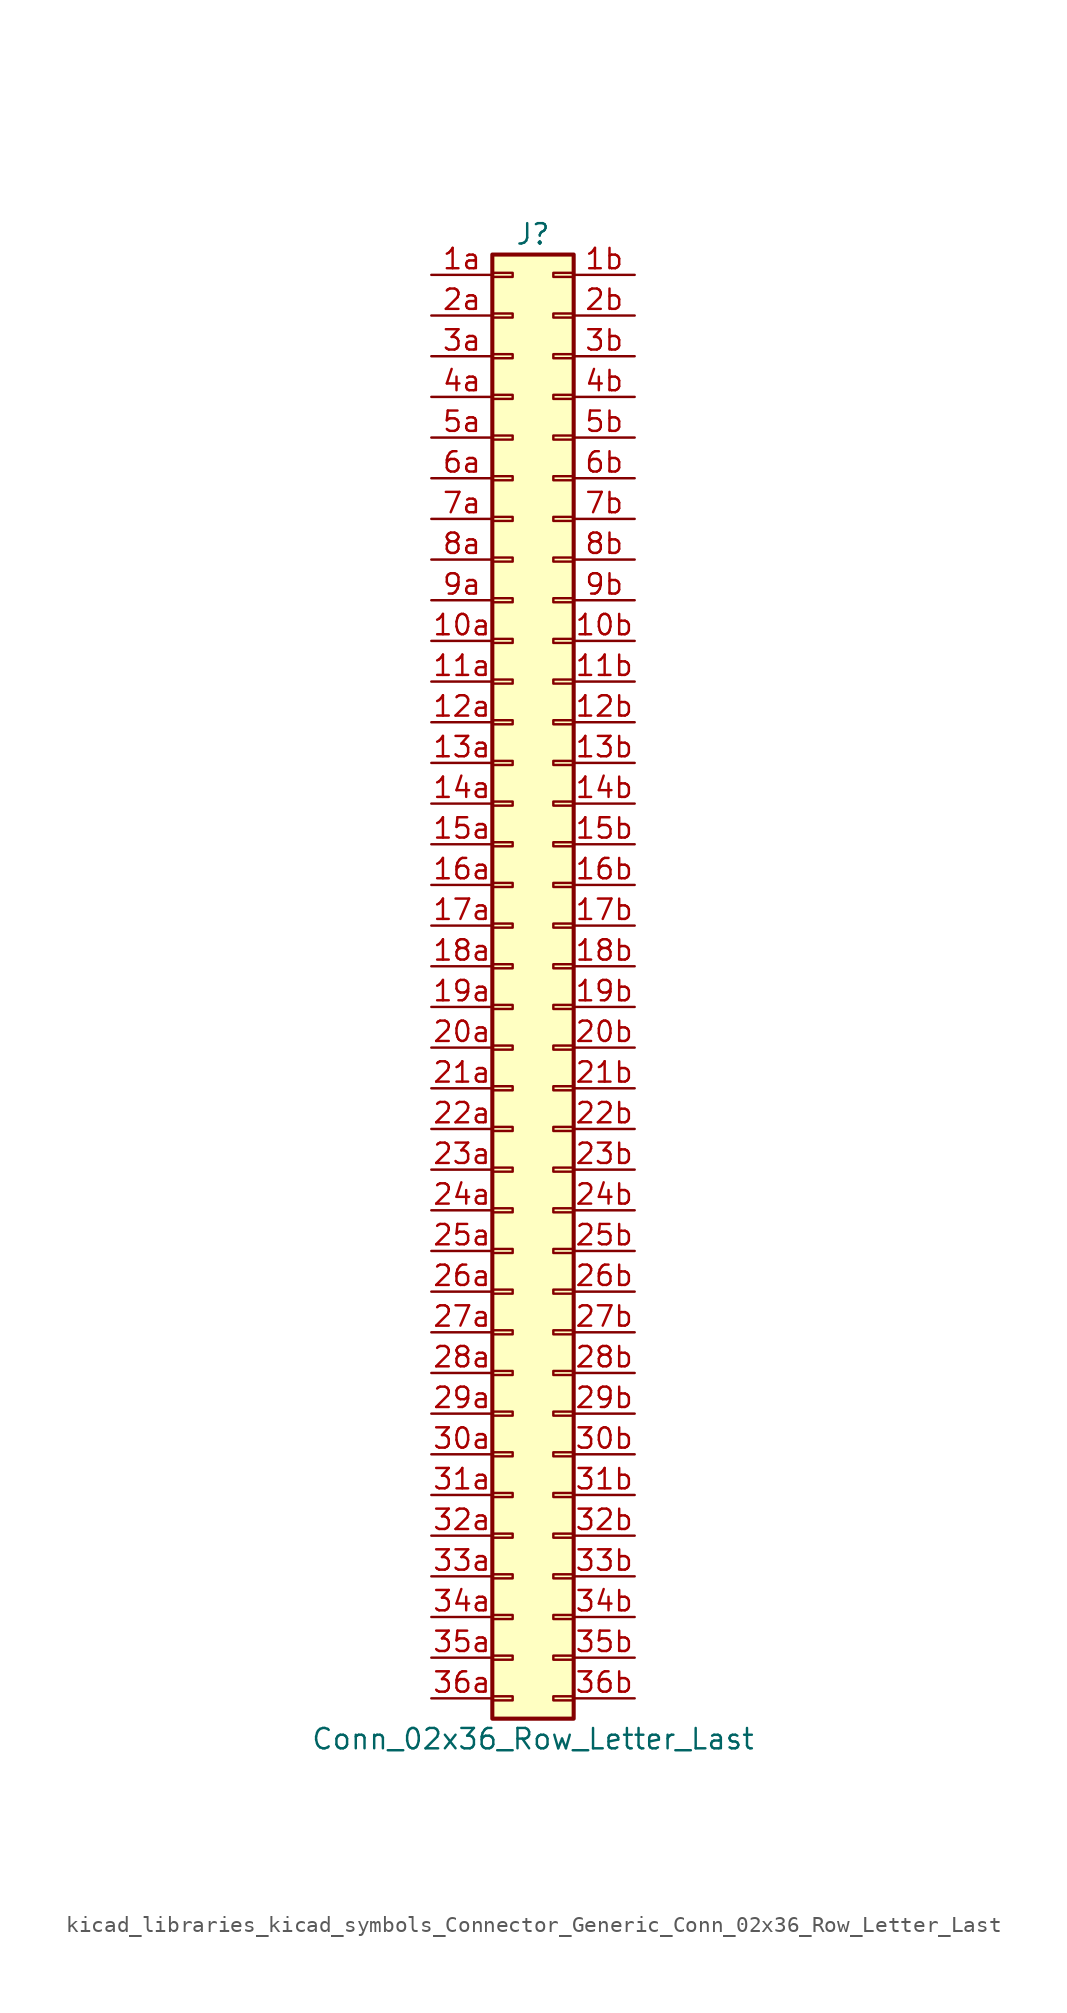
<source format=kicad_sym>
(kicad_symbol_lib
  (version 20220914)
  (generator kicad_symbol_editor)
  (symbol "kicad_libraries_kicad_symbols_Connector_Generic_Conn_02x36_Row_Letter_Last"
    (pin_names
      (offset 1.016) hide)
    (property "Reference" "J"
      (at 1.27 45.72 0)
      (effects (font (size 1.27 1.27))))
    (property "Value" "Conn_02x36_Row_Letter_Last"
      (at 1.27 -48.26 0)
      (effects (font (size 1.27 1.27))))
    (symbol "kicad_libraries_kicad_symbols_Connector_Generic_Conn_02x36_Row_Letter_Last_1_1"
      (rectangle (start -1.27 -45.593) (end 0 -45.847) (stroke (width 0.152) (type default)) (fill (type none)))
      (rectangle (start -1.27 -43.053) (end 0 -43.307) (stroke (width 0.152) (type default)) (fill (type none)))
      (rectangle (start -1.27 -40.513) (end 0 -40.767) (stroke (width 0.152) (type default)) (fill (type none)))
      (rectangle (start -1.27 -37.973) (end 0 -38.227) (stroke (width 0.152) (type default)) (fill (type none)))
      (rectangle (start -1.27 -35.433) (end 0 -35.687) (stroke (width 0.152) (type default)) (fill (type none)))
      (rectangle (start -1.27 -32.893) (end 0 -33.147) (stroke (width 0.152) (type default)) (fill (type none)))
      (rectangle (start -1.27 -30.353) (end 0 -30.607) (stroke (width 0.152) (type default)) (fill (type none)))
      (rectangle (start -1.27 -27.813) (end 0 -28.067) (stroke (width 0.152) (type default)) (fill (type none)))
      (rectangle (start -1.27 -25.273) (end 0 -25.527) (stroke (width 0.152) (type default)) (fill (type none)))
      (rectangle (start -1.27 -22.733) (end 0 -22.987) (stroke (width 0.152) (type default)) (fill (type none)))
      (rectangle (start -1.27 -20.193) (end 0 -20.447) (stroke (width 0.152) (type default)) (fill (type none)))
      (rectangle (start -1.27 -17.653) (end 0 -17.907) (stroke (width 0.152) (type default)) (fill (type none)))
      (rectangle (start -1.27 -15.113) (end 0 -15.367) (stroke (width 0.152) (type default)) (fill (type none)))
      (rectangle (start -1.27 -12.573) (end 0 -12.827) (stroke (width 0.152) (type default)) (fill (type none)))
      (rectangle (start -1.27 -10.033) (end 0 -10.287) (stroke (width 0.152) (type default)) (fill (type none)))
      (rectangle (start -1.27 -7.493) (end 0 -7.747) (stroke (width 0.152) (type default)) (fill (type none)))
      (rectangle (start -1.27 -4.953) (end 0 -5.207) (stroke (width 0.152) (type default)) (fill (type none)))
      (rectangle (start -1.27 -2.413) (end 0 -2.667) (stroke (width 0.152) (type default)) (fill (type none)))
      (rectangle (start -1.27 0.127) (end 0 -0.127) (stroke (width 0.152) (type default)) (fill (type none)))
      (rectangle (start -1.27 2.667) (end 0 2.413) (stroke (width 0.152) (type default)) (fill (type none)))
      (rectangle (start -1.27 5.207) (end 0 4.953) (stroke (width 0.152) (type default)) (fill (type none)))
      (rectangle (start -1.27 7.747) (end 0 7.493) (stroke (width 0.152) (type default)) (fill (type none)))
      (rectangle (start -1.27 10.287) (end 0 10.033) (stroke (width 0.152) (type default)) (fill (type none)))
      (rectangle (start -1.27 12.827) (end 0 12.573) (stroke (width 0.152) (type default)) (fill (type none)))
      (rectangle (start -1.27 15.367) (end 0 15.113) (stroke (width 0.152) (type default)) (fill (type none)))
      (rectangle (start -1.27 17.907) (end 0 17.653) (stroke (width 0.152) (type default)) (fill (type none)))
      (rectangle (start -1.27 20.447) (end 0 20.193) (stroke (width 0.152) (type default)) (fill (type none)))
      (rectangle (start -1.27 22.987) (end 0 22.733) (stroke (width 0.152) (type default)) (fill (type none)))
      (rectangle (start -1.27 25.527) (end 0 25.273) (stroke (width 0.152) (type default)) (fill (type none)))
      (rectangle (start -1.27 28.067) (end 0 27.813) (stroke (width 0.152) (type default)) (fill (type none)))
      (rectangle (start -1.27 30.607) (end 0 30.353) (stroke (width 0.152) (type default)) (fill (type none)))
      (rectangle (start -1.27 33.147) (end 0 32.893) (stroke (width 0.152) (type default)) (fill (type none)))
      (rectangle (start -1.27 35.687) (end 0 35.433) (stroke (width 0.152) (type default)) (fill (type none)))
      (rectangle (start -1.27 38.227) (end 0 37.973) (stroke (width 0.152) (type default)) (fill (type none)))
      (rectangle (start -1.27 40.767) (end 0 40.513) (stroke (width 0.152) (type default)) (fill (type none)))
      (rectangle (start -1.27 43.307) (end 0 43.053) (stroke (width 0.152) (type default)) (fill (type none)))
      (rectangle (start -1.27 44.45) (end 3.81 -46.99) (stroke (width 0.254) (type default)) (fill (type background)))
      (rectangle (start 3.81 -45.593) (end 2.54 -45.847) (stroke (width 0.152) (type default)) (fill (type none)))
      (rectangle (start 3.81 -43.053) (end 2.54 -43.307) (stroke (width 0.152) (type default)) (fill (type none)))
      (rectangle (start 3.81 -40.513) (end 2.54 -40.767) (stroke (width 0.152) (type default)) (fill (type none)))
      (rectangle (start 3.81 -37.973) (end 2.54 -38.227) (stroke (width 0.152) (type default)) (fill (type none)))
      (rectangle (start 3.81 -35.433) (end 2.54 -35.687) (stroke (width 0.152) (type default)) (fill (type none)))
      (rectangle (start 3.81 -32.893) (end 2.54 -33.147) (stroke (width 0.152) (type default)) (fill (type none)))
      (rectangle (start 3.81 -30.353) (end 2.54 -30.607) (stroke (width 0.152) (type default)) (fill (type none)))
      (rectangle (start 3.81 -27.813) (end 2.54 -28.067) (stroke (width 0.152) (type default)) (fill (type none)))
      (rectangle (start 3.81 -25.273) (end 2.54 -25.527) (stroke (width 0.152) (type default)) (fill (type none)))
      (rectangle (start 3.81 -22.733) (end 2.54 -22.987) (stroke (width 0.152) (type default)) (fill (type none)))
      (rectangle (start 3.81 -20.193) (end 2.54 -20.447) (stroke (width 0.152) (type default)) (fill (type none)))
      (rectangle (start 3.81 -17.653) (end 2.54 -17.907) (stroke (width 0.152) (type default)) (fill (type none)))
      (rectangle (start 3.81 -15.113) (end 2.54 -15.367) (stroke (width 0.152) (type default)) (fill (type none)))
      (rectangle (start 3.81 -12.573) (end 2.54 -12.827) (stroke (width 0.152) (type default)) (fill (type none)))
      (rectangle (start 3.81 -10.033) (end 2.54 -10.287) (stroke (width 0.152) (type default)) (fill (type none)))
      (rectangle (start 3.81 -7.493) (end 2.54 -7.747) (stroke (width 0.152) (type default)) (fill (type none)))
      (rectangle (start 3.81 -4.953) (end 2.54 -5.207) (stroke (width 0.152) (type default)) (fill (type none)))
      (rectangle (start 3.81 -2.413) (end 2.54 -2.667) (stroke (width 0.152) (type default)) (fill (type none)))
      (rectangle (start 3.81 0.127) (end 2.54 -0.127) (stroke (width 0.152) (type default)) (fill (type none)))
      (rectangle (start 3.81 2.667) (end 2.54 2.413) (stroke (width 0.152) (type default)) (fill (type none)))
      (rectangle (start 3.81 5.207) (end 2.54 4.953) (stroke (width 0.152) (type default)) (fill (type none)))
      (rectangle (start 3.81 7.747) (end 2.54 7.493) (stroke (width 0.152) (type default)) (fill (type none)))
      (rectangle (start 3.81 10.287) (end 2.54 10.033) (stroke (width 0.152) (type default)) (fill (type none)))
      (rectangle (start 3.81 12.827) (end 2.54 12.573) (stroke (width 0.152) (type default)) (fill (type none)))
      (rectangle (start 3.81 15.367) (end 2.54 15.113) (stroke (width 0.152) (type default)) (fill (type none)))
      (rectangle (start 3.81 17.907) (end 2.54 17.653) (stroke (width 0.152) (type default)) (fill (type none)))
      (rectangle (start 3.81 20.447) (end 2.54 20.193) (stroke (width 0.152) (type default)) (fill (type none)))
      (rectangle (start 3.81 22.987) (end 2.54 22.733) (stroke (width 0.152) (type default)) (fill (type none)))
      (rectangle (start 3.81 25.527) (end 2.54 25.273) (stroke (width 0.152) (type default)) (fill (type none)))
      (rectangle (start 3.81 28.067) (end 2.54 27.813) (stroke (width 0.152) (type default)) (fill (type none)))
      (rectangle (start 3.81 30.607) (end 2.54 30.353) (stroke (width 0.152) (type default)) (fill (type none)))
      (rectangle (start 3.81 33.147) (end 2.54 32.893) (stroke (width 0.152) (type default)) (fill (type none)))
      (rectangle (start 3.81 35.687) (end 2.54 35.433) (stroke (width 0.152) (type default)) (fill (type none)))
      (rectangle (start 3.81 38.227) (end 2.54 37.973) (stroke (width 0.152) (type default)) (fill (type none)))
      (rectangle (start 3.81 40.767) (end 2.54 40.513) (stroke (width 0.152) (type default)) (fill (type none)))
      (rectangle (start 3.81 43.307) (end 2.54 43.053) (stroke (width 0.152) (type default)) (fill (type none)))
      (pin passive line (at -5.08 20.32 0) (length 3.81) (name "Pin_10a" (effects (font (size 1.27 1.27)))) (number "10a" (effects (font (size 1.27 1.27)))))
      (pin passive line (at 7.62 20.32 180) (length 3.81) (name "Pin_10b" (effects (font (size 1.27 1.27)))) (number "10b" (effects (font (size 1.27 1.27)))))
      (pin passive line (at -5.08 17.78 0) (length 3.81) (name "Pin_11a" (effects (font (size 1.27 1.27)))) (number "11a" (effects (font (size 1.27 1.27)))))
      (pin passive line (at 7.62 17.78 180) (length 3.81) (name "Pin_11b" (effects (font (size 1.27 1.27)))) (number "11b" (effects (font (size 1.27 1.27)))))
      (pin passive line (at -5.08 15.24 0) (length 3.81) (name "Pin_12a" (effects (font (size 1.27 1.27)))) (number "12a" (effects (font (size 1.27 1.27)))))
      (pin passive line (at 7.62 15.24 180) (length 3.81) (name "Pin_12b" (effects (font (size 1.27 1.27)))) (number "12b" (effects (font (size 1.27 1.27)))))
      (pin passive line (at -5.08 12.7 0) (length 3.81) (name "Pin_13a" (effects (font (size 1.27 1.27)))) (number "13a" (effects (font (size 1.27 1.27)))))
      (pin passive line (at 7.62 12.7 180) (length 3.81) (name "Pin_13b" (effects (font (size 1.27 1.27)))) (number "13b" (effects (font (size 1.27 1.27)))))
      (pin passive line (at -5.08 10.16 0) (length 3.81) (name "Pin_14a" (effects (font (size 1.27 1.27)))) (number "14a" (effects (font (size 1.27 1.27)))))
      (pin passive line (at 7.62 10.16 180) (length 3.81) (name "Pin_14b" (effects (font (size 1.27 1.27)))) (number "14b" (effects (font (size 1.27 1.27)))))
      (pin passive line (at -5.08 7.62 0) (length 3.81) (name "Pin_15a" (effects (font (size 1.27 1.27)))) (number "15a" (effects (font (size 1.27 1.27)))))
      (pin passive line (at 7.62 7.62 180) (length 3.81) (name "Pin_15b" (effects (font (size 1.27 1.27)))) (number "15b" (effects (font (size 1.27 1.27)))))
      (pin passive line (at -5.08 5.08 0) (length 3.81) (name "Pin_16a" (effects (font (size 1.27 1.27)))) (number "16a" (effects (font (size 1.27 1.27)))))
      (pin passive line (at 7.62 5.08 180) (length 3.81) (name "Pin_16b" (effects (font (size 1.27 1.27)))) (number "16b" (effects (font (size 1.27 1.27)))))
      (pin passive line (at -5.08 2.54 0) (length 3.81) (name "Pin_17a" (effects (font (size 1.27 1.27)))) (number "17a" (effects (font (size 1.27 1.27)))))
      (pin passive line (at 7.62 2.54 180) (length 3.81) (name "Pin_17b" (effects (font (size 1.27 1.27)))) (number "17b" (effects (font (size 1.27 1.27)))))
      (pin passive line (at -5.08 0 0) (length 3.81) (name "Pin_18a" (effects (font (size 1.27 1.27)))) (number "18a" (effects (font (size 1.27 1.27)))))
      (pin passive line (at 7.62 0 180) (length 3.81) (name "Pin_18b" (effects (font (size 1.27 1.27)))) (number "18b" (effects (font (size 1.27 1.27)))))
      (pin passive line (at -5.08 -2.54 0) (length 3.81) (name "Pin_19a" (effects (font (size 1.27 1.27)))) (number "19a" (effects (font (size 1.27 1.27)))))
      (pin passive line (at 7.62 -2.54 180) (length 3.81) (name "Pin_19b" (effects (font (size 1.27 1.27)))) (number "19b" (effects (font (size 1.27 1.27)))))
      (pin passive line (at -5.08 43.18 0) (length 3.81) (name "Pin_1a" (effects (font (size 1.27 1.27)))) (number "1a" (effects (font (size 1.27 1.27)))))
      (pin passive line (at 7.62 43.18 180) (length 3.81) (name "Pin_1b" (effects (font (size 1.27 1.27)))) (number "1b" (effects (font (size 1.27 1.27)))))
      (pin passive line (at -5.08 -5.08 0) (length 3.81) (name "Pin_20a" (effects (font (size 1.27 1.27)))) (number "20a" (effects (font (size 1.27 1.27)))))
      (pin passive line (at 7.62 -5.08 180) (length 3.81) (name "Pin_20b" (effects (font (size 1.27 1.27)))) (number "20b" (effects (font (size 1.27 1.27)))))
      (pin passive line (at -5.08 -7.62 0) (length 3.81) (name "Pin_21a" (effects (font (size 1.27 1.27)))) (number "21a" (effects (font (size 1.27 1.27)))))
      (pin passive line (at 7.62 -7.62 180) (length 3.81) (name "Pin_21b" (effects (font (size 1.27 1.27)))) (number "21b" (effects (font (size 1.27 1.27)))))
      (pin passive line (at -5.08 -10.16 0) (length 3.81) (name "Pin_22a" (effects (font (size 1.27 1.27)))) (number "22a" (effects (font (size 1.27 1.27)))))
      (pin passive line (at 7.62 -10.16 180) (length 3.81) (name "Pin_22b" (effects (font (size 1.27 1.27)))) (number "22b" (effects (font (size 1.27 1.27)))))
      (pin passive line (at -5.08 -12.7 0) (length 3.81) (name "Pin_23a" (effects (font (size 1.27 1.27)))) (number "23a" (effects (font (size 1.27 1.27)))))
      (pin passive line (at 7.62 -12.7 180) (length 3.81) (name "Pin_23b" (effects (font (size 1.27 1.27)))) (number "23b" (effects (font (size 1.27 1.27)))))
      (pin passive line (at -5.08 -15.24 0) (length 3.81) (name "Pin_24a" (effects (font (size 1.27 1.27)))) (number "24a" (effects (font (size 1.27 1.27)))))
      (pin passive line (at 7.62 -15.24 180) (length 3.81) (name "Pin_24b" (effects (font (size 1.27 1.27)))) (number "24b" (effects (font (size 1.27 1.27)))))
      (pin passive line (at -5.08 -17.78 0) (length 3.81) (name "Pin_25a" (effects (font (size 1.27 1.27)))) (number "25a" (effects (font (size 1.27 1.27)))))
      (pin passive line (at 7.62 -17.78 180) (length 3.81) (name "Pin_25b" (effects (font (size 1.27 1.27)))) (number "25b" (effects (font (size 1.27 1.27)))))
      (pin passive line (at -5.08 -20.32 0) (length 3.81) (name "Pin_26a" (effects (font (size 1.27 1.27)))) (number "26a" (effects (font (size 1.27 1.27)))))
      (pin passive line (at 7.62 -20.32 180) (length 3.81) (name "Pin_26b" (effects (font (size 1.27 1.27)))) (number "26b" (effects (font (size 1.27 1.27)))))
      (pin passive line (at -5.08 -22.86 0) (length 3.81) (name "Pin_27a" (effects (font (size 1.27 1.27)))) (number "27a" (effects (font (size 1.27 1.27)))))
      (pin passive line (at 7.62 -22.86 180) (length 3.81) (name "Pin_27b" (effects (font (size 1.27 1.27)))) (number "27b" (effects (font (size 1.27 1.27)))))
      (pin passive line (at -5.08 -25.4 0) (length 3.81) (name "Pin_28a" (effects (font (size 1.27 1.27)))) (number "28a" (effects (font (size 1.27 1.27)))))
      (pin passive line (at 7.62 -25.4 180) (length 3.81) (name "Pin_28b" (effects (font (size 1.27 1.27)))) (number "28b" (effects (font (size 1.27 1.27)))))
      (pin passive line (at -5.08 -27.94 0) (length 3.81) (name "Pin_29a" (effects (font (size 1.27 1.27)))) (number "29a" (effects (font (size 1.27 1.27)))))
      (pin passive line (at 7.62 -27.94 180) (length 3.81) (name "Pin_29b" (effects (font (size 1.27 1.27)))) (number "29b" (effects (font (size 1.27 1.27)))))
      (pin passive line (at -5.08 40.64 0) (length 3.81) (name "Pin_2a" (effects (font (size 1.27 1.27)))) (number "2a" (effects (font (size 1.27 1.27)))))
      (pin passive line (at 7.62 40.64 180) (length 3.81) (name "Pin_2b" (effects (font (size 1.27 1.27)))) (number "2b" (effects (font (size 1.27 1.27)))))
      (pin passive line (at -5.08 -30.48 0) (length 3.81) (name "Pin_30a" (effects (font (size 1.27 1.27)))) (number "30a" (effects (font (size 1.27 1.27)))))
      (pin passive line (at 7.62 -30.48 180) (length 3.81) (name "Pin_30b" (effects (font (size 1.27 1.27)))) (number "30b" (effects (font (size 1.27 1.27)))))
      (pin passive line (at -5.08 -33.02 0) (length 3.81) (name "Pin_31a" (effects (font (size 1.27 1.27)))) (number "31a" (effects (font (size 1.27 1.27)))))
      (pin passive line (at 7.62 -33.02 180) (length 3.81) (name "Pin_31b" (effects (font (size 1.27 1.27)))) (number "31b" (effects (font (size 1.27 1.27)))))
      (pin passive line (at -5.08 -35.56 0) (length 3.81) (name "Pin_32a" (effects (font (size 1.27 1.27)))) (number "32a" (effects (font (size 1.27 1.27)))))
      (pin passive line (at 7.62 -35.56 180) (length 3.81) (name "Pin_32b" (effects (font (size 1.27 1.27)))) (number "32b" (effects (font (size 1.27 1.27)))))
      (pin passive line (at -5.08 -38.1 0) (length 3.81) (name "Pin_33a" (effects (font (size 1.27 1.27)))) (number "33a" (effects (font (size 1.27 1.27)))))
      (pin passive line (at 7.62 -38.1 180) (length 3.81) (name "Pin_33b" (effects (font (size 1.27 1.27)))) (number "33b" (effects (font (size 1.27 1.27)))))
      (pin passive line (at -5.08 -40.64 0) (length 3.81) (name "Pin_34a" (effects (font (size 1.27 1.27)))) (number "34a" (effects (font (size 1.27 1.27)))))
      (pin passive line (at 7.62 -40.64 180) (length 3.81) (name "Pin_34b" (effects (font (size 1.27 1.27)))) (number "34b" (effects (font (size 1.27 1.27)))))
      (pin passive line (at -5.08 -43.18 0) (length 3.81) (name "Pin_35a" (effects (font (size 1.27 1.27)))) (number "35a" (effects (font (size 1.27 1.27)))))
      (pin passive line (at 7.62 -43.18 180) (length 3.81) (name "Pin_35b" (effects (font (size 1.27 1.27)))) (number "35b" (effects (font (size 1.27 1.27)))))
      (pin passive line (at -5.08 -45.72 0) (length 3.81) (name "Pin_36a" (effects (font (size 1.27 1.27)))) (number "36a" (effects (font (size 1.27 1.27)))))
      (pin passive line (at 7.62 -45.72 180) (length 3.81) (name "Pin_36b" (effects (font (size 1.27 1.27)))) (number "36b" (effects (font (size 1.27 1.27)))))
      (pin passive line (at -5.08 38.1 0) (length 3.81) (name "Pin_3a" (effects (font (size 1.27 1.27)))) (number "3a" (effects (font (size 1.27 1.27)))))
      (pin passive line (at 7.62 38.1 180) (length 3.81) (name "Pin_3b" (effects (font (size 1.27 1.27)))) (number "3b" (effects (font (size 1.27 1.27)))))
      (pin passive line (at -5.08 35.56 0) (length 3.81) (name "Pin_4a" (effects (font (size 1.27 1.27)))) (number "4a" (effects (font (size 1.27 1.27)))))
      (pin passive line (at 7.62 35.56 180) (length 3.81) (name "Pin_4b" (effects (font (size 1.27 1.27)))) (number "4b" (effects (font (size 1.27 1.27)))))
      (pin passive line (at -5.08 33.02 0) (length 3.81) (name "Pin_5a" (effects (font (size 1.27 1.27)))) (number "5a" (effects (font (size 1.27 1.27)))))
      (pin passive line (at 7.62 33.02 180) (length 3.81) (name "Pin_5b" (effects (font (size 1.27 1.27)))) (number "5b" (effects (font (size 1.27 1.27)))))
      (pin passive line (at -5.08 30.48 0) (length 3.81) (name "Pin_6a" (effects (font (size 1.27 1.27)))) (number "6a" (effects (font (size 1.27 1.27)))))
      (pin passive line (at 7.62 30.48 180) (length 3.81) (name "Pin_6b" (effects (font (size 1.27 1.27)))) (number "6b" (effects (font (size 1.27 1.27)))))
      (pin passive line (at -5.08 27.94 0) (length 3.81) (name "Pin_7a" (effects (font (size 1.27 1.27)))) (number "7a" (effects (font (size 1.27 1.27)))))
      (pin passive line (at 7.62 27.94 180) (length 3.81) (name "Pin_7b" (effects (font (size 1.27 1.27)))) (number "7b" (effects (font (size 1.27 1.27)))))
      (pin passive line (at -5.08 25.4 0) (length 3.81) (name "Pin_8a" (effects (font (size 1.27 1.27)))) (number "8a" (effects (font (size 1.27 1.27)))))
      (pin passive line (at 7.62 25.4 180) (length 3.81) (name "Pin_8b" (effects (font (size 1.27 1.27)))) (number "8b" (effects (font (size 1.27 1.27)))))
      (pin passive line (at -5.08 22.86 0) (length 3.81) (name "Pin_9a" (effects (font (size 1.27 1.27)))) (number "9a" (effects (font (size 1.27 1.27)))))
      (pin passive line (at 7.62 22.86 180) (length 3.81) (name "Pin_9b" (effects (font (size 1.27 1.27)))) (number "9b" (effects (font (size 1.27 1.27))))))))
</source>
